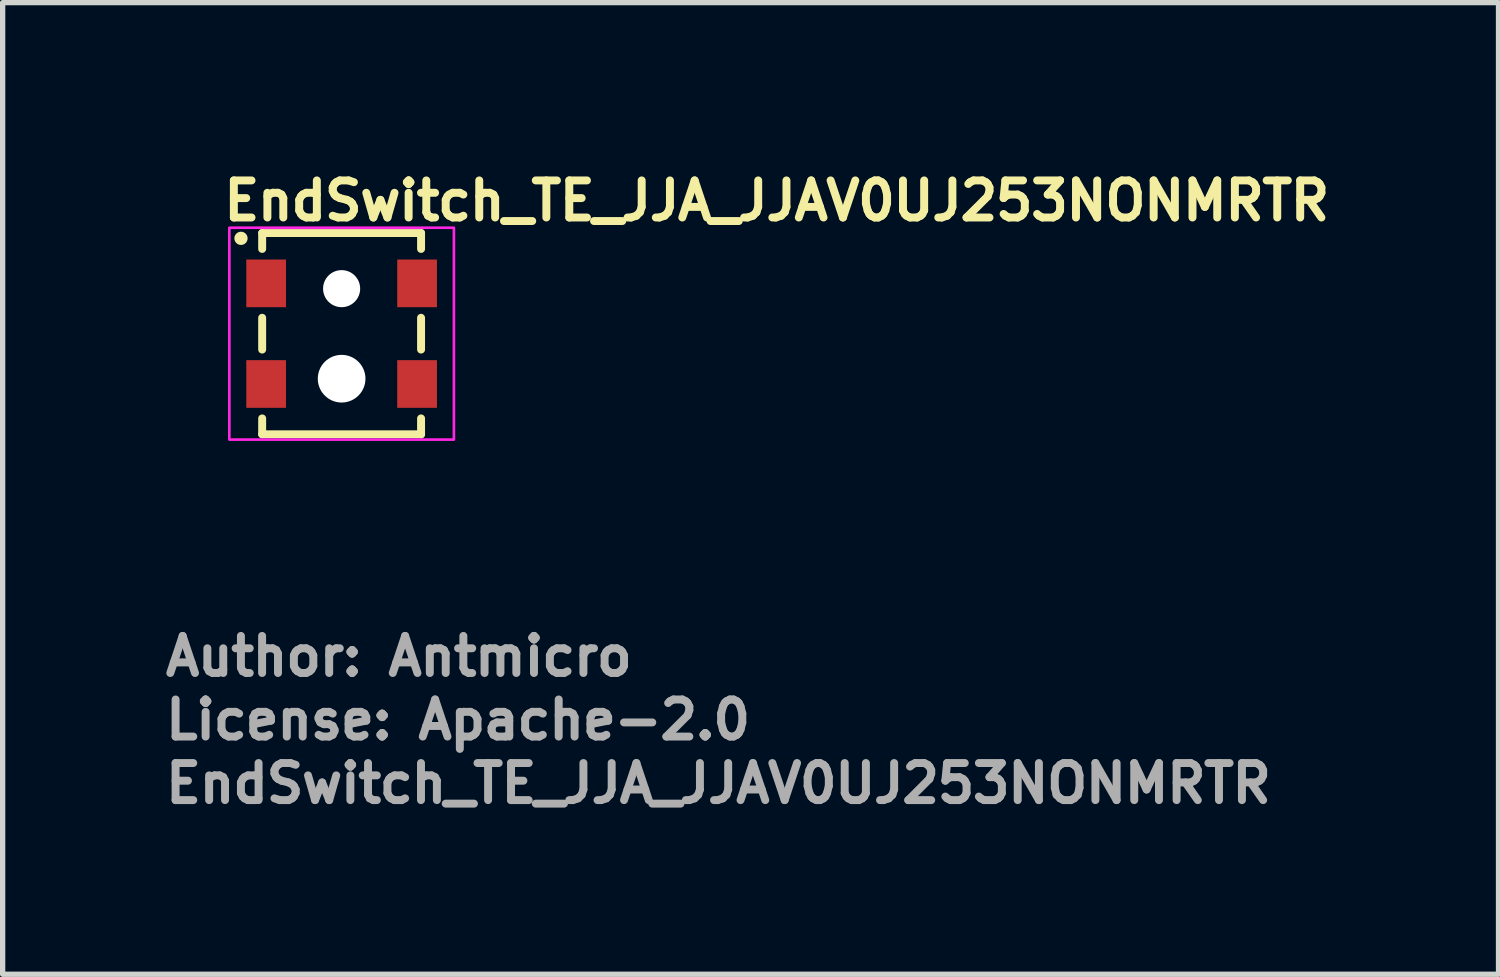
<source format=kicad_pcb>
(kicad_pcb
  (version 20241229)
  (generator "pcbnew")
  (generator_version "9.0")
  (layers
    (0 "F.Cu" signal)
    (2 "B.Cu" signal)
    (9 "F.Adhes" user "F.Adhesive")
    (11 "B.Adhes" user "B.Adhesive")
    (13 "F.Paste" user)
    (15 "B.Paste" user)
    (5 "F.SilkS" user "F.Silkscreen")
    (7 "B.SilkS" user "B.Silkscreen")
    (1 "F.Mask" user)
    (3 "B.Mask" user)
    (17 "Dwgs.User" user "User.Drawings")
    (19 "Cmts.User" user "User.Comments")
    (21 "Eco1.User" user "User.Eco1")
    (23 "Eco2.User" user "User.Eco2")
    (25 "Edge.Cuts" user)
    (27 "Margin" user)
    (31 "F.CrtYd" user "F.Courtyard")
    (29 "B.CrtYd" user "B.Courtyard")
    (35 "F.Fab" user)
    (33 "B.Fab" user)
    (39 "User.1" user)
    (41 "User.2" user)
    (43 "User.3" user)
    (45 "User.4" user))
  (footprint "EndSwitch_TE_JJA_JJAV0UJ253NONMRTR"
    (layer "F.Cu")
    (at 3.4 3.25)
    (property "Reference" "EndSwitch_TE_JJA_JJAV0UJ253NONMRTR" (at -2.3 -2.1 0) (layer "F.SilkS") (effects (font (size 0.7 0.7) (thickness 0.15)) (justify left bottom)))
    (attr smd)
    (fp_line (start -1.5 -1.9) (end -1.5 -1.6) (stroke (width 0.15) (type solid)) (layer "F.SilkS"))
    (fp_line (start -1.5 -1.9) (end 1.5 -1.9) (stroke (width 0.15) (type solid)) (layer "F.SilkS"))
    (fp_line (start -1.5 0.3) (end -1.5 -0.3) (stroke (width 0.15) (type solid)) (layer "F.SilkS"))
    (fp_line (start -1.5 1.9) (end -1.5 1.6) (stroke (width 0.15) (type solid)) (layer "F.SilkS"))
    (fp_line (start -1.5 1.9) (end 1.5 1.9) (stroke (width 0.15) (type solid)) (layer "F.SilkS"))
    (fp_line (start 1.5 -1.9) (end 1.5 -1.6) (stroke (width 0.15) (type solid)) (layer "F.SilkS"))
    (fp_line (start 1.5 0.3) (end 1.5 -0.3) (stroke (width 0.15) (type solid)) (layer "F.SilkS"))
    (fp_line (start 1.5 1.9) (end 1.5 1.6) (stroke (width 0.15) (type solid)) (layer "F.SilkS"))
    (fp_circle (center -1.9 -1.8) (end -1.85 -1.8) (stroke (width 0.15) (type solid)) (fill yes) (layer "F.SilkS"))
    (fp_rect (start -2.12 -2) (end 2.12 2) (stroke (width 0.05) (type solid)) (fill no) (layer "F.CrtYd"))
    (fp_rect (start -1.65 -1.75) (end 1.65 1.75) (stroke (width 0.1) (type solid)) (fill no) (layer "User.5"))
    (fp_line (start -1.65 -1.25) (end -1.65 -0.6) (stroke (width 0.02) (type solid)) (layer "User.9"))
    (fp_line (start -1.65 1.25) (end -1.65 0.6) (stroke (width 0.02) (type solid)) (layer "User.9"))
    (fp_line (start -1.592 -1.25) (end -1.65 -1.25) (stroke (width 0.02) (type solid)) (layer "User.9"))
    (fp_line (start -1.592 -1.25) (end -1.592 -0.6) (stroke (width 0.02) (type solid)) (layer "User.9"))
    (fp_line (start -1.592 -0.6) (end -1.65 -0.6) (stroke (width 0.02) (type solid)) (layer "User.9"))
    (fp_line (start -1.592 0.6) (end -1.65 0.6) (stroke (width 0.02) (type solid)) (layer "User.9"))
    (fp_line (start -1.592 1.25) (end -1.65 1.25) (stroke (width 0.02) (type solid)) (layer "User.9"))
    (fp_line (start -1.592 1.25) (end -1.592 0.6) (stroke (width 0.02) (type solid)) (layer "User.9"))
    (fp_line (start -1.402 -1.25) (end -1.592 -1.25) (stroke (width 0.02) (type solid)) (layer "User.9"))
    (fp_line (start -1.402 -1.25) (end -1.402 -1.25) (stroke (width 0.02) (type solid)) (layer "User.9"))
    (fp_line (start -1.402 -1.25) (end -1.402 -1.25) (stroke (width 0.02) (type solid)) (layer "User.9"))
    (fp_line (start -1.402 -1.25) (end -1.402 -1.25) (stroke (width 0.02) (type solid)) (layer "User.9"))
    (fp_line (start -1.402 -1.25) (end -1.402 -1.25) (stroke (width 0.02) (type solid)) (layer "User.9"))
    (fp_line (start -1.402 -1.25) (end -1.402 -0.6) (stroke (width 0.02) (type solid)) (layer "User.9"))
    (fp_line (start -1.402 -0.6) (end -1.592 -0.6) (stroke (width 0.02) (type solid)) (layer "User.9"))
    (fp_line (start -1.402 -0.6) (end -1.402 -0.6) (stroke (width 0.02) (type solid)) (layer "User.9"))
    (fp_line (start -1.402 -0.6) (end -1.402 -0.6) (stroke (width 0.02) (type solid)) (layer "User.9"))
    (fp_line (start -1.402 -0.6) (end -1.402 -0.6) (stroke (width 0.02) (type solid)) (layer "User.9"))
    (fp_line (start -1.402 -0.6) (end -1.402 -0.6) (stroke (width 0.02) (type solid)) (layer "User.9"))
    (fp_line (start -1.402 0.6) (end -1.592 0.6) (stroke (width 0.02) (type solid)) (layer "User.9"))
    (fp_line (start -1.402 0.6) (end -1.402 0.6) (stroke (width 0.02) (type solid)) (layer "User.9"))
    (fp_line (start -1.402 0.6) (end -1.402 0.6) (stroke (width 0.02) (type solid)) (layer "User.9"))
    (fp_line (start -1.402 0.6) (end -1.402 0.6) (stroke (width 0.02) (type solid)) (layer "User.9"))
    (fp_line (start -1.402 0.6) (end -1.402 0.6) (stroke (width 0.02) (type solid)) (layer "User.9"))
    (fp_line (start -1.402 1.25) (end -1.592 1.25) (stroke (width 0.02) (type solid)) (layer "User.9"))
    (fp_line (start -1.402 1.25) (end -1.402 0.6) (stroke (width 0.02) (type solid)) (layer "User.9"))
    (fp_line (start -1.402 1.25) (end -1.402 1.25) (stroke (width 0.02) (type solid)) (layer "User.9"))
    (fp_line (start -1.402 1.25) (end -1.402 1.25) (stroke (width 0.02) (type solid)) (layer "User.9"))
    (fp_line (start -1.402 1.25) (end -1.402 1.25) (stroke (width 0.02) (type solid)) (layer "User.9"))
    (fp_line (start -1.402 1.25) (end -1.402 1.25) (stroke (width 0.02) (type solid)) (layer "User.9"))
    (fp_line (start -1.401 -1.25) (end -1.402 -1.25) (stroke (width 0.02) (type solid)) (layer "User.9"))
    (fp_line (start -1.401 -1.25) (end -1.401 -1.25) (stroke (width 0.02) (type solid)) (layer "User.9"))
    (fp_line (start -1.401 -1.25) (end -1.401 -1.25) (stroke (width 0.02) (type solid)) (layer "User.9"))
    (fp_line (start -1.401 -1.25) (end -1.401 -1.25) (stroke (width 0.02) (type solid)) (layer "User.9"))
    (fp_line (start -1.401 -1.25) (end -1.401 -1.25) (stroke (width 0.02) (type solid)) (layer "User.9"))
    (fp_line (start -1.401 -1.25) (end -1.401 -1.25) (stroke (width 0.02) (type solid)) (layer "User.9"))
    (fp_line (start -1.401 -1.25) (end -1.401 -1.25) (stroke (width 0.02) (type solid)) (layer "User.9"))
    (fp_line (start -1.401 -0.6) (end -1.402 -0.6) (stroke (width 0.02) (type solid)) (layer "User.9"))
    (fp_line (start -1.401 -0.6) (end -1.401 -0.6) (stroke (width 0.02) (type solid)) (layer "User.9"))
    (fp_line (start -1.401 -0.6) (end -1.401 -0.6) (stroke (width 0.02) (type solid)) (layer "User.9"))
    (fp_line (start -1.401 -0.6) (end -1.401 -0.6) (stroke (width 0.02) (type solid)) (layer "User.9"))
    (fp_line (start -1.401 -0.6) (end -1.401 -0.6) (stroke (width 0.02) (type solid)) (layer "User.9"))
    (fp_line (start -1.401 -0.6) (end -1.401 -0.6) (stroke (width 0.02) (type solid)) (layer "User.9"))
    (fp_line (start -1.401 -0.6) (end -1.401 -0.6) (stroke (width 0.02) (type solid)) (layer "User.9"))
    (fp_line (start -1.401 0.6) (end -1.402 0.6) (stroke (width 0.02) (type solid)) (layer "User.9"))
    (fp_line (start -1.401 0.6) (end -1.401 0.6) (stroke (width 0.02) (type solid)) (layer "User.9"))
    (fp_line (start -1.401 0.6) (end -1.401 0.6) (stroke (width 0.02) (type solid)) (layer "User.9"))
    (fp_line (start -1.401 0.6) (end -1.401 0.6) (stroke (width 0.02) (type solid)) (layer "User.9"))
    (fp_line (start -1.401 0.6) (end -1.401 0.6) (stroke (width 0.02) (type solid)) (layer "User.9"))
    (fp_line (start -1.401 0.6) (end -1.401 0.6) (stroke (width 0.02) (type solid)) (layer "User.9"))
    (fp_line (start -1.401 0.6) (end -1.401 0.6) (stroke (width 0.02) (type solid)) (layer "User.9"))
    (fp_line (start -1.401 1.25) (end -1.402 1.25) (stroke (width 0.02) (type solid)) (layer "User.9"))
    (fp_line (start -1.401 1.25) (end -1.401 1.25) (stroke (width 0.02) (type solid)) (layer "User.9"))
    (fp_line (start -1.401 1.25) (end -1.401 1.25) (stroke (width 0.02) (type solid)) (layer "User.9"))
    (fp_line (start -1.401 1.25) (end -1.401 1.25) (stroke (width 0.02) (type solid)) (layer "User.9"))
    (fp_line (start -1.401 1.25) (end -1.401 1.25) (stroke (width 0.02) (type solid)) (layer "User.9"))
    (fp_line (start -1.401 1.25) (end -1.401 1.25) (stroke (width 0.02) (type solid)) (layer "User.9"))
    (fp_line (start -1.401 1.25) (end -1.401 1.25) (stroke (width 0.02) (type solid)) (layer "User.9"))
    (fp_line (start -1.4 -1.65) (end -1.35 -1.65) (stroke (width 0.02) (type solid)) (layer "User.9"))
    (fp_line (start -1.4 -1.55) (end -1.4 -1.65) (stroke (width 0.02) (type solid)) (layer "User.9"))
    (fp_line (start -1.4 -1.55) (end -1.35 -1.55) (stroke (width 0.02) (type solid)) (layer "User.9"))
    (fp_line (start -1.4 -1.25) (end -1.401 -1.25) (stroke (width 0.02) (type solid)) (layer "User.9"))
    (fp_line (start -1.4 -1.25) (end -1.4 -1.25) (stroke (width 0.02) (type solid)) (layer "User.9"))
    (fp_line (start -1.4 -1.25) (end -1.4 -1.25) (stroke (width 0.02) (type solid)) (layer "User.9"))
    (fp_line (start -1.4 -0.6) (end -1.401 -0.6) (stroke (width 0.02) (type solid)) (layer "User.9"))
    (fp_line (start -1.4 -0.6) (end -1.4 -0.6) (stroke (width 0.02) (type solid)) (layer "User.9"))
    (fp_line (start -1.4 -0.6) (end -1.4 -0.6) (stroke (width 0.02) (type solid)) (layer "User.9"))
    (fp_line (start -1.4 -0.45) (end -1.4 -1.55) (stroke (width 0.02) (type solid)) (layer "User.9"))
    (fp_line (start -1.4 -0.45) (end -1.4 0.45) (stroke (width 0.02) (type solid)) (layer "User.9"))
    (fp_line (start -1.4 0.45) (end -1.375 0.45) (stroke (width 0.02) (type solid)) (layer "User.9"))
    (fp_line (start -1.4 0.6) (end -1.401 0.6) (stroke (width 0.02) (type solid)) (layer "User.9"))
    (fp_line (start -1.4 0.6) (end -1.4 0.6) (stroke (width 0.02) (type solid)) (layer "User.9"))
    (fp_line (start -1.4 0.6) (end -1.4 0.6) (stroke (width 0.02) (type solid)) (layer "User.9"))
    (fp_line (start -1.4 1.25) (end -1.401 1.25) (stroke (width 0.02) (type solid)) (layer "User.9"))
    (fp_line (start -1.4 1.25) (end -1.4 1.25) (stroke (width 0.02) (type solid)) (layer "User.9"))
    (fp_line (start -1.4 1.25) (end -1.4 1.25) (stroke (width 0.02) (type solid)) (layer "User.9"))
    (fp_line (start -1.4 1.55) (end -1.4 0.45) (stroke (width 0.02) (type solid)) (layer "User.9"))
    (fp_line (start -1.4 1.55) (end -1.35 1.55) (stroke (width 0.02) (type solid)) (layer "User.9"))
    (fp_line (start -1.4 1.65) (end -1.4 1.55) (stroke (width 0.02) (type solid)) (layer "User.9"))
    (fp_line (start -1.4 1.65) (end -1.35 1.65) (stroke (width 0.02) (type solid)) (layer "User.9"))
    (fp_line (start -1.375 -1) (end -1.375 -0.45) (stroke (width 0.02) (type solid)) (layer "User.9"))
    (fp_line (start -1.375 -0.45) (end -1.4 -0.45) (stroke (width 0.02) (type solid)) (layer "User.9"))
    (fp_line (start -1.375 0.45) (end -1.375 1) (stroke (width 0.02) (type solid)) (layer "User.9"))
    (fp_line (start -1.375 1) (end -1.35 1) (stroke (width 0.02) (type solid)) (layer "User.9"))
    (fp_line (start -1.35 -1.749) (end -1.35 -1.75) (stroke (width 0.02) (type solid)) (layer "User.9"))
    (fp_line (start -1.35 -1.747) (end -1.35 -1.749) (stroke (width 0.02) (type solid)) (layer "User.9"))
    (fp_line (start -1.35 -1.744) (end -1.35 -1.747) (stroke (width 0.02) (type solid)) (layer "User.9"))
    (fp_line (start -1.35 -1.74) (end -1.35 -1.744) (stroke (width 0.02) (type solid)) (layer "User.9"))
    (fp_line (start -1.35 -1.735) (end -1.35 -1.74) (stroke (width 0.02) (type solid)) (layer "User.9"))
    (fp_line (start -1.35 -1.728) (end -1.35 -1.735) (stroke (width 0.02) (type solid)) (layer "User.9"))
    (fp_line (start -1.35 -1.721) (end -1.35 -1.728) (stroke (width 0.02) (type solid)) (layer "User.9"))
    (fp_line (start -1.35 -1.712) (end -1.35 -1.721) (stroke (width 0.02) (type solid)) (layer "User.9"))
    (fp_line (start -1.35 -1.703) (end -1.35 -1.712) (stroke (width 0.02) (type solid)) (layer "User.9"))
    (fp_line (start -1.35 -1.693) (end -1.35 -1.703) (stroke (width 0.02) (type solid)) (layer "User.9"))
    (fp_line (start -1.35 -1.683) (end -1.35 -1.693) (stroke (width 0.02) (type solid)) (layer "User.9"))
    (fp_line (start -1.35 -1.672) (end -1.35 -1.683) (stroke (width 0.02) (type solid)) (layer "User.9"))
    (fp_line (start -1.35 -1.661) (end -1.35 -1.672) (stroke (width 0.02) (type solid)) (layer "User.9"))
    (fp_line (start -1.35 -1.65) (end -1.35 -1.661) (stroke (width 0.02) (type solid)) (layer "User.9"))
    (fp_line (start -1.35 -1.65) (end -1.35 -1) (stroke (width 0.02) (type solid)) (layer "User.9"))
    (fp_line (start -1.35 -1) (end -1.375 -1) (stroke (width 0.02) (type solid)) (layer "User.9"))
    (fp_line (start -1.35 1) (end -1.35 1.65) (stroke (width 0.02) (type solid)) (layer "User.9"))
    (fp_line (start -1.35 1.65) (end 1.35 1.65) (stroke (width 0.02) (type solid)) (layer "User.9"))
    (fp_line (start -1.35 1.661) (end -1.35 1.65) (stroke (width 0.02) (type solid)) (layer "User.9"))
    (fp_line (start -1.35 1.672) (end -1.35 1.661) (stroke (width 0.02) (type solid)) (layer "User.9"))
    (fp_line (start -1.35 1.683) (end -1.35 1.672) (stroke (width 0.02) (type solid)) (layer "User.9"))
    (fp_line (start -1.35 1.693) (end -1.35 1.683) (stroke (width 0.02) (type solid)) (layer "User.9"))
    (fp_line (start -1.35 1.703) (end -1.35 1.693) (stroke (width 0.02) (type solid)) (layer "User.9"))
    (fp_line (start -1.35 1.712) (end -1.35 1.703) (stroke (width 0.02) (type solid)) (layer "User.9"))
    (fp_line (start -1.35 1.721) (end -1.35 1.712) (stroke (width 0.02) (type solid)) (layer "User.9"))
    (fp_line (start -1.35 1.728) (end -1.35 1.721) (stroke (width 0.02) (type solid)) (layer "User.9"))
    (fp_line (start -1.35 1.735) (end -1.35 1.728) (stroke (width 0.02) (type solid)) (layer "User.9"))
    (fp_line (start -1.35 1.74) (end -1.35 1.735) (stroke (width 0.02) (type solid)) (layer "User.9"))
    (fp_line (start -1.35 1.744) (end -1.35 1.74) (stroke (width 0.02) (type solid)) (layer "User.9"))
    (fp_line (start -1.35 1.747) (end -1.35 1.744) (stroke (width 0.02) (type solid)) (layer "User.9"))
    (fp_line (start -1.35 1.749) (end -1.35 1.747) (stroke (width 0.02) (type solid)) (layer "User.9"))
    (fp_line (start -1.35 1.75) (end -1.35 1.749) (stroke (width 0.02) (type solid)) (layer "User.9"))
    (fp_line (start -1.35 1.75) (end 1.35 1.75) (stroke (width 0.02) (type solid)) (layer "User.9"))
    (fp_line (start -0.3 -1.35) (end -0.3 0.75) (stroke (width 0.02) (type solid)) (layer "User.9"))
    (fp_line (start -0.3 0.75) (end -0.296 0.769) (stroke (width 0.02) (type solid)) (layer "User.9"))
    (fp_line (start -0.296 -1.369) (end -0.3 -1.35) (stroke (width 0.02) (type solid)) (layer "User.9"))
    (fp_line (start -0.296 0.769) (end -0.285 0.785) (stroke (width 0.02) (type solid)) (layer "User.9"))
    (fp_line (start -0.285 -1.385) (end -0.296 -1.369) (stroke (width 0.02) (type solid)) (layer "User.9"))
    (fp_line (start -0.285 0.785) (end -0.269 0.796) (stroke (width 0.02) (type solid)) (layer "User.9"))
    (fp_line (start -0.269 -1.396) (end -0.285 -1.385) (stroke (width 0.02) (type solid)) (layer "User.9"))
    (fp_line (start -0.269 0.796) (end -0.25 0.8) (stroke (width 0.02) (type solid)) (layer "User.9"))
    (fp_line (start -0.255 -1.063) (end -0.255 0.698) (stroke (width 0.02) (type solid)) (layer "User.9"))
    (fp_line (start -0.255 0.698) (end -0.203 -0.464) (stroke (width 0.02) (type solid)) (layer "User.9"))
    (fp_line (start -0.25 -1.4) (end -0.269 -1.396) (stroke (width 0.02) (type solid)) (layer "User.9"))
    (fp_line (start -0.25 -1.329) (end -0.255 -1.063) (stroke (width 0.02) (type solid)) (layer "User.9"))
    (fp_line (start -0.25 0.8) (end 0.25 0.8) (stroke (width 0.02) (type solid)) (layer "User.9"))
    (fp_line (start -0.237 -1.225) (end -0.25 -1.329) (stroke (width 0.02) (type solid)) (layer "User.9"))
    (fp_line (start -0.225 -1.092) (end -0.237 -1.225) (stroke (width 0.02) (type solid)) (layer "User.9"))
    (fp_line (start -0.213 -0.931) (end -0.225 -1.092) (stroke (width 0.02) (type solid)) (layer "User.9"))
    (fp_line (start -0.203 -0.742) (end -0.213 -0.931) (stroke (width 0.02) (type solid)) (layer "User.9"))
    (fp_line (start -0.203 -0.464) (end -0.2 -0.604) (stroke (width 0.02) (type solid)) (layer "User.9"))
    (fp_line (start -0.2 -0.604) (end -0.203 -0.742) (stroke (width 0.02) (type solid)) (layer "User.9"))
    (fp_line (start 0.2 -0.604) (end 0.203 -0.464) (stroke (width 0.02) (type solid)) (layer "User.9"))
    (fp_line (start 0.203 -0.742) (end -0.203 -0.742) (stroke (width 0.02) (type solid)) (layer "User.9"))
    (fp_line (start 0.203 -0.742) (end 0.2 -0.604) (stroke (width 0.02) (type solid)) (layer "User.9"))
    (fp_line (start 0.203 -0.742) (end 0.213 -0.931) (stroke (width 0.02) (type solid)) (layer "User.9"))
    (fp_line (start 0.203 -0.464) (end -0.203 -0.464) (stroke (width 0.02) (type solid)) (layer "User.9"))
    (fp_line (start 0.213 -0.931) (end 0.225 -1.092) (stroke (width 0.02) (type solid)) (layer "User.9"))
    (fp_line (start 0.225 -1.092) (end 0.237 -1.225) (stroke (width 0.02) (type solid)) (layer "User.9"))
    (fp_line (start 0.237 -1.225) (end 0.25 -1.329) (stroke (width 0.02) (type solid)) (layer "User.9"))
    (fp_line (start 0.25 -1.4) (end -0.25 -1.4) (stroke (width 0.02) (type solid)) (layer "User.9"))
    (fp_line (start 0.25 -1.329) (end -0.25 -1.329) (stroke (width 0.02) (type solid)) (layer "User.9"))
    (fp_line (start 0.25 -1.329) (end 0.255 -1.063) (stroke (width 0.02) (type solid)) (layer "User.9"))
    (fp_line (start 0.25 0.8) (end 0.269 0.796) (stroke (width 0.02) (type solid)) (layer "User.9"))
    (fp_line (start 0.255 -1.063) (end 0.255 0.698) (stroke (width 0.02) (type solid)) (layer "User.9"))
    (fp_line (start 0.255 0.698) (end -0.255 0.698) (stroke (width 0.02) (type solid)) (layer "User.9"))
    (fp_line (start 0.255 0.698) (end 0.203 -0.464) (stroke (width 0.02) (type solid)) (layer "User.9"))
    (fp_line (start 0.269 -1.396) (end 0.25 -1.4) (stroke (width 0.02) (type solid)) (layer "User.9"))
    (fp_line (start 0.269 0.796) (end 0.285 0.785) (stroke (width 0.02) (type solid)) (layer "User.9"))
    (fp_line (start 0.285 -1.385) (end 0.269 -1.396) (stroke (width 0.02) (type solid)) (layer "User.9"))
    (fp_line (start 0.285 0.785) (end 0.296 0.769) (stroke (width 0.02) (type solid)) (layer "User.9"))
    (fp_line (start 0.296 -1.369) (end 0.285 -1.385) (stroke (width 0.02) (type solid)) (layer "User.9"))
    (fp_line (start 0.296 0.769) (end 0.3 0.75) (stroke (width 0.02) (type solid)) (layer "User.9"))
    (fp_line (start 0.3 -1.35) (end 0.296 -1.369) (stroke (width 0.02) (type solid)) (layer "User.9"))
    (fp_line (start 0.3 0.75) (end 0.3 -1.35) (stroke (width 0.02) (type solid)) (layer "User.9"))
    (fp_line (start 1.35 -1.75) (end -1.35 -1.75) (stroke (width 0.02) (type solid)) (layer "User.9"))
    (fp_line (start 1.35 -1.75) (end 1.35 -1.749) (stroke (width 0.02) (type solid)) (layer "User.9"))
    (fp_line (start 1.35 -1.749) (end 1.35 -1.747) (stroke (width 0.02) (type solid)) (layer "User.9"))
    (fp_line (start 1.35 -1.747) (end 1.35 -1.744) (stroke (width 0.02) (type solid)) (layer "User.9"))
    (fp_line (start 1.35 -1.744) (end 1.35 -1.74) (stroke (width 0.02) (type solid)) (layer "User.9"))
    (fp_line (start 1.35 -1.74) (end 1.35 -1.735) (stroke (width 0.02) (type solid)) (layer "User.9"))
    (fp_line (start 1.35 -1.735) (end 1.35 -1.728) (stroke (width 0.02) (type solid)) (layer "User.9"))
    (fp_line (start 1.35 -1.728) (end 1.35 -1.721) (stroke (width 0.02) (type solid)) (layer "User.9"))
    (fp_line (start 1.35 -1.721) (end 1.35 -1.712) (stroke (width 0.02) (type solid)) (layer "User.9"))
    (fp_line (start 1.35 -1.712) (end 1.35 -1.703) (stroke (width 0.02) (type solid)) (layer "User.9"))
    (fp_line (start 1.35 -1.703) (end 1.35 -1.693) (stroke (width 0.02) (type solid)) (layer "User.9"))
    (fp_line (start 1.35 -1.693) (end 1.35 -1.683) (stroke (width 0.02) (type solid)) (layer "User.9"))
    (fp_line (start 1.35 -1.683) (end 1.35 -1.672) (stroke (width 0.02) (type solid)) (layer "User.9"))
    (fp_line (start 1.35 -1.672) (end 1.35 -1.661) (stroke (width 0.02) (type solid)) (layer "User.9"))
    (fp_line (start 1.35 -1.661) (end 1.35 -1.65) (stroke (width 0.02) (type solid)) (layer "User.9"))
    (fp_line (start 1.35 -1.65) (end -1.35 -1.65) (stroke (width 0.02) (type solid)) (layer "User.9"))
    (fp_line (start 1.35 -1.65) (end 1.4 -1.65) (stroke (width 0.02) (type solid)) (layer "User.9"))
    (fp_line (start 1.35 -1.55) (end 1.4 -1.55) (stroke (width 0.02) (type solid)) (layer "User.9"))
    (fp_line (start 1.35 -1) (end 1.35 -1.65) (stroke (width 0.02) (type solid)) (layer "User.9"))
    (fp_line (start 1.35 1) (end 1.375 1) (stroke (width 0.02) (type solid)) (layer "User.9"))
    (fp_line (start 1.35 1.55) (end 1.4 1.55) (stroke (width 0.02) (type solid)) (layer "User.9"))
    (fp_line (start 1.35 1.65) (end 1.35 1) (stroke (width 0.02) (type solid)) (layer "User.9"))
    (fp_line (start 1.35 1.65) (end 1.35 1.661) (stroke (width 0.02) (type solid)) (layer "User.9"))
    (fp_line (start 1.35 1.65) (end 1.4 1.65) (stroke (width 0.02) (type solid)) (layer "User.9"))
    (fp_line (start 1.35 1.661) (end 1.35 1.672) (stroke (width 0.02) (type solid)) (layer "User.9"))
    (fp_line (start 1.35 1.672) (end 1.35 1.683) (stroke (width 0.02) (type solid)) (layer "User.9"))
    (fp_line (start 1.35 1.683) (end 1.35 1.693) (stroke (width 0.02) (type solid)) (layer "User.9"))
    (fp_line (start 1.35 1.693) (end 1.35 1.703) (stroke (width 0.02) (type solid)) (layer "User.9"))
    (fp_line (start 1.35 1.703) (end 1.35 1.712) (stroke (width 0.02) (type solid)) (layer "User.9"))
    (fp_line (start 1.35 1.712) (end 1.35 1.721) (stroke (width 0.02) (type solid)) (layer "User.9"))
    (fp_line (start 1.35 1.721) (end 1.35 1.728) (stroke (width 0.02) (type solid)) (layer "User.9"))
    (fp_line (start 1.35 1.728) (end 1.35 1.735) (stroke (width 0.02) (type solid)) (layer "User.9"))
    (fp_line (start 1.35 1.735) (end 1.35 1.74) (stroke (width 0.02) (type solid)) (layer "User.9"))
    (fp_line (start 1.35 1.74) (end 1.35 1.744) (stroke (width 0.02) (type solid)) (layer "User.9"))
    (fp_line (start 1.35 1.744) (end 1.35 1.747) (stroke (width 0.02) (type solid)) (layer "User.9"))
    (fp_line (start 1.35 1.747) (end 1.35 1.749) (stroke (width 0.02) (type solid)) (layer "User.9"))
    (fp_line (start 1.35 1.749) (end 1.35 1.75) (stroke (width 0.02) (type solid)) (layer "User.9"))
    (fp_line (start 1.375 -1) (end 1.35 -1) (stroke (width 0.02) (type solid)) (layer "User.9"))
    (fp_line (start 1.375 -0.45) (end 1.375 -1) (stroke (width 0.02) (type solid)) (layer "User.9"))
    (fp_line (start 1.375 0.45) (end 1.4 0.45) (stroke (width 0.02) (type solid)) (layer "User.9"))
    (fp_line (start 1.375 1) (end 1.375 0.45) (stroke (width 0.02) (type solid)) (layer "User.9"))
    (fp_line (start 1.4 -1.65) (end 1.4 -1.55) (stroke (width 0.02) (type solid)) (layer "User.9"))
    (fp_line (start 1.4 -1.25) (end 1.4 -1.25) (stroke (width 0.02) (type solid)) (layer "User.9"))
    (fp_line (start 1.4 -1.25) (end 1.4 -1.25) (stroke (width 0.02) (type solid)) (layer "User.9"))
    (fp_line (start 1.4 -0.6) (end 1.4 -0.6) (stroke (width 0.02) (type solid)) (layer "User.9"))
    (fp_line (start 1.4 -0.6) (end 1.4 -0.6) (stroke (width 0.02) (type solid)) (layer "User.9"))
    (fp_line (start 1.4 -0.45) (end 1.375 -0.45) (stroke (width 0.02) (type solid)) (layer "User.9"))
    (fp_line (start 1.4 -0.45) (end 1.4 -1.55) (stroke (width 0.02) (type solid)) (layer "User.9"))
    (fp_line (start 1.4 0.45) (end 1.4 -0.45) (stroke (width 0.02) (type solid)) (layer "User.9"))
    (fp_line (start 1.4 0.6) (end 1.4 0.6) (stroke (width 0.02) (type solid)) (layer "User.9"))
    (fp_line (start 1.4 0.6) (end 1.4 0.6) (stroke (width 0.02) (type solid)) (layer "User.9"))
    (fp_line (start 1.4 1.25) (end 1.4 1.25) (stroke (width 0.02) (type solid)) (layer "User.9"))
    (fp_line (start 1.4 1.25) (end 1.4 1.25) (stroke (width 0.02) (type solid)) (layer "User.9"))
    (fp_line (start 1.4 1.55) (end 1.4 0.45) (stroke (width 0.02) (type solid)) (layer "User.9"))
    (fp_line (start 1.4 1.55) (end 1.4 1.65) (stroke (width 0.02) (type solid)) (layer "User.9"))
    (fp_line (start 1.401 -1.25) (end 1.4 -1.25) (stroke (width 0.02) (type solid)) (layer "User.9"))
    (fp_line (start 1.401 -1.25) (end 1.401 -1.25) (stroke (width 0.02) (type solid)) (layer "User.9"))
    (fp_line (start 1.401 -1.25) (end 1.401 -1.25) (stroke (width 0.02) (type solid)) (layer "User.9"))
    (fp_line (start 1.401 -1.25) (end 1.401 -1.25) (stroke (width 0.02) (type solid)) (layer "User.9"))
    (fp_line (start 1.401 -1.25) (end 1.401 -1.25) (stroke (width 0.02) (type solid)) (layer "User.9"))
    (fp_line (start 1.401 -1.25) (end 1.401 -1.25) (stroke (width 0.02) (type solid)) (layer "User.9"))
    (fp_line (start 1.401 -1.25) (end 1.401 -1.25) (stroke (width 0.02) (type solid)) (layer "User.9"))
    (fp_line (start 1.401 -0.6) (end 1.4 -0.6) (stroke (width 0.02) (type solid)) (layer "User.9"))
    (fp_line (start 1.401 -0.6) (end 1.401 -0.6) (stroke (width 0.02) (type solid)) (layer "User.9"))
    (fp_line (start 1.401 -0.6) (end 1.401 -0.6) (stroke (width 0.02) (type solid)) (layer "User.9"))
    (fp_line (start 1.401 -0.6) (end 1.401 -0.6) (stroke (width 0.02) (type solid)) (layer "User.9"))
    (fp_line (start 1.401 -0.6) (end 1.401 -0.6) (stroke (width 0.02) (type solid)) (layer "User.9"))
    (fp_line (start 1.401 -0.6) (end 1.401 -0.6) (stroke (width 0.02) (type solid)) (layer "User.9"))
    (fp_line (start 1.401 -0.6) (end 1.401 -0.6) (stroke (width 0.02) (type solid)) (layer "User.9"))
    (fp_line (start 1.401 0.6) (end 1.4 0.6) (stroke (width 0.02) (type solid)) (layer "User.9"))
    (fp_line (start 1.401 0.6) (end 1.401 0.6) (stroke (width 0.02) (type solid)) (layer "User.9"))
    (fp_line (start 1.401 0.6) (end 1.401 0.6) (stroke (width 0.02) (type solid)) (layer "User.9"))
    (fp_line (start 1.401 0.6) (end 1.401 0.6) (stroke (width 0.02) (type solid)) (layer "User.9"))
    (fp_line (start 1.401 0.6) (end 1.401 0.6) (stroke (width 0.02) (type solid)) (layer "User.9"))
    (fp_line (start 1.401 0.6) (end 1.401 0.6) (stroke (width 0.02) (type solid)) (layer "User.9"))
    (fp_line (start 1.401 0.6) (end 1.401 0.6) (stroke (width 0.02) (type solid)) (layer "User.9"))
    (fp_line (start 1.401 1.25) (end 1.4 1.25) (stroke (width 0.02) (type solid)) (layer "User.9"))
    (fp_line (start 1.401 1.25) (end 1.401 1.25) (stroke (width 0.02) (type solid)) (layer "User.9"))
    (fp_line (start 1.401 1.25) (end 1.401 1.25) (stroke (width 0.02) (type solid)) (layer "User.9"))
    (fp_line (start 1.401 1.25) (end 1.401 1.25) (stroke (width 0.02) (type solid)) (layer "User.9"))
    (fp_line (start 1.401 1.25) (end 1.401 1.25) (stroke (width 0.02) (type solid)) (layer "User.9"))
    (fp_line (start 1.401 1.25) (end 1.401 1.25) (stroke (width 0.02) (type solid)) (layer "User.9"))
    (fp_line (start 1.401 1.25) (end 1.401 1.25) (stroke (width 0.02) (type solid)) (layer "User.9"))
    (fp_line (start 1.402 -1.25) (end 1.401 -1.25) (stroke (width 0.02) (type solid)) (layer "User.9"))
    (fp_line (start 1.402 -1.25) (end 1.402 -1.25) (stroke (width 0.02) (type solid)) (layer "User.9"))
    (fp_line (start 1.402 -1.25) (end 1.402 -1.25) (stroke (width 0.02) (type solid)) (layer "User.9"))
    (fp_line (start 1.402 -1.25) (end 1.402 -1.25) (stroke (width 0.02) (type solid)) (layer "User.9"))
    (fp_line (start 1.402 -1.25) (end 1.402 -1.25) (stroke (width 0.02) (type solid)) (layer "User.9"))
    (fp_line (start 1.402 -1.25) (end 1.402 -0.6) (stroke (width 0.02) (type solid)) (layer "User.9"))
    (fp_line (start 1.402 -0.6) (end 1.401 -0.6) (stroke (width 0.02) (type solid)) (layer "User.9"))
    (fp_line (start 1.402 -0.6) (end 1.402 -0.6) (stroke (width 0.02) (type solid)) (layer "User.9"))
    (fp_line (start 1.402 -0.6) (end 1.402 -0.6) (stroke (width 0.02) (type solid)) (layer "User.9"))
    (fp_line (start 1.402 -0.6) (end 1.402 -0.6) (stroke (width 0.02) (type solid)) (layer "User.9"))
    (fp_line (start 1.402 -0.6) (end 1.402 -0.6) (stroke (width 0.02) (type solid)) (layer "User.9"))
    (fp_line (start 1.402 0.6) (end 1.401 0.6) (stroke (width 0.02) (type solid)) (layer "User.9"))
    (fp_line (start 1.402 0.6) (end 1.402 0.6) (stroke (width 0.02) (type solid)) (layer "User.9"))
    (fp_line (start 1.402 0.6) (end 1.402 0.6) (stroke (width 0.02) (type solid)) (layer "User.9"))
    (fp_line (start 1.402 0.6) (end 1.402 0.6) (stroke (width 0.02) (type solid)) (layer "User.9"))
    (fp_line (start 1.402 0.6) (end 1.402 0.6) (stroke (width 0.02) (type solid)) (layer "User.9"))
    (fp_line (start 1.402 1.25) (end 1.401 1.25) (stroke (width 0.02) (type solid)) (layer "User.9"))
    (fp_line (start 1.402 1.25) (end 1.402 0.6) (stroke (width 0.02) (type solid)) (layer "User.9"))
    (fp_line (start 1.402 1.25) (end 1.402 1.25) (stroke (width 0.02) (type solid)) (layer "User.9"))
    (fp_line (start 1.402 1.25) (end 1.402 1.25) (stroke (width 0.02) (type solid)) (layer "User.9"))
    (fp_line (start 1.402 1.25) (end 1.402 1.25) (stroke (width 0.02) (type solid)) (layer "User.9"))
    (fp_line (start 1.402 1.25) (end 1.402 1.25) (stroke (width 0.02) (type solid)) (layer "User.9"))
    (fp_line (start 1.592 -1.25) (end 1.402 -1.25) (stroke (width 0.02) (type solid)) (layer "User.9"))
    (fp_line (start 1.592 -1.25) (end 1.592 -0.6) (stroke (width 0.02) (type solid)) (layer "User.9"))
    (fp_line (start 1.592 -0.6) (end 1.402 -0.6) (stroke (width 0.02) (type solid)) (layer "User.9"))
    (fp_line (start 1.592 0.6) (end 1.402 0.6) (stroke (width 0.02) (type solid)) (layer "User.9"))
    (fp_line (start 1.592 1.25) (end 1.402 1.25) (stroke (width 0.02) (type solid)) (layer "User.9"))
    (fp_line (start 1.592 1.25) (end 1.592 0.6) (stroke (width 0.02) (type solid)) (layer "User.9"))
    (fp_line (start 1.65 -1.25) (end 1.592 -1.25) (stroke (width 0.02) (type solid)) (layer "User.9"))
    (fp_line (start 1.65 -1.25) (end 1.65 -0.6) (stroke (width 0.02) (type solid)) (layer "User.9"))
    (fp_line (start 1.65 -0.6) (end 1.592 -0.6) (stroke (width 0.02) (type solid)) (layer "User.9"))
    (fp_line (start 1.65 0.6) (end 1.592 0.6) (stroke (width 0.02) (type solid)) (layer "User.9"))
    (fp_line (start 1.65 1.25) (end 1.592 1.25) (stroke (width 0.02) (type solid)) (layer "User.9"))
    (fp_line (start 1.65 1.25) (end 1.65 0.6) (stroke (width 0.02) (type solid)) (layer "User.9"))
    (fp_text user "License: Apache-2.0" (at -3.4 7.7 0) (layer "F.Fab") (effects (font (size 0.7 0.7) (thickness 0.15)) (justify left bottom)))
    (fp_text user "${REFERENCE}" (at -3.4 8.9 0) (layer "F.Fab") (effects (font (size 0.7 0.7) (thickness 0.15)) (justify left bottom)))
    (fp_text user "Author: Antmicro" (at -3.4 6.5 0) (layer "F.Fab") (effects (font (size 0.7 0.7) (thickness 0.15)) (justify left bottom)))
    (pad "" np_thru_hole circle (at 0 -0.85 90) (size 0.7 0.7) (drill 0.7) (layers "*.Cu" "*.Mask"))
    (pad "" np_thru_hole circle (at 0 0.85 90) (size 0.9 0.9) (drill 0.9) (layers "*.Cu" "*.Mask"))
    (pad "1" smd rect (at -1.425 -0.95 90) (size 0.9 0.75) (layers "F.Cu" "F.Mask" "F.Paste"))
    (pad "2" smd rect (at 1.425 -0.95 90) (size 0.9 0.75) (layers "F.Cu" "F.Mask" "F.Paste"))
    (pad "3" smd rect (at -1.425 0.95 90) (size 0.9 0.75) (layers "F.Cu" "F.Mask" "F.Paste"))
    (pad "4" smd rect (at 1.425 0.95 90) (size 0.9 0.75) (layers "F.Cu" "F.Mask" "F.Paste")))
  (gr_rect
    (start -3 -3)
    (end 25.243 15.345)
    (stroke (width 0.1) (type default))
    (fill no)
    (layer "Edge.Cuts")))
</source>
